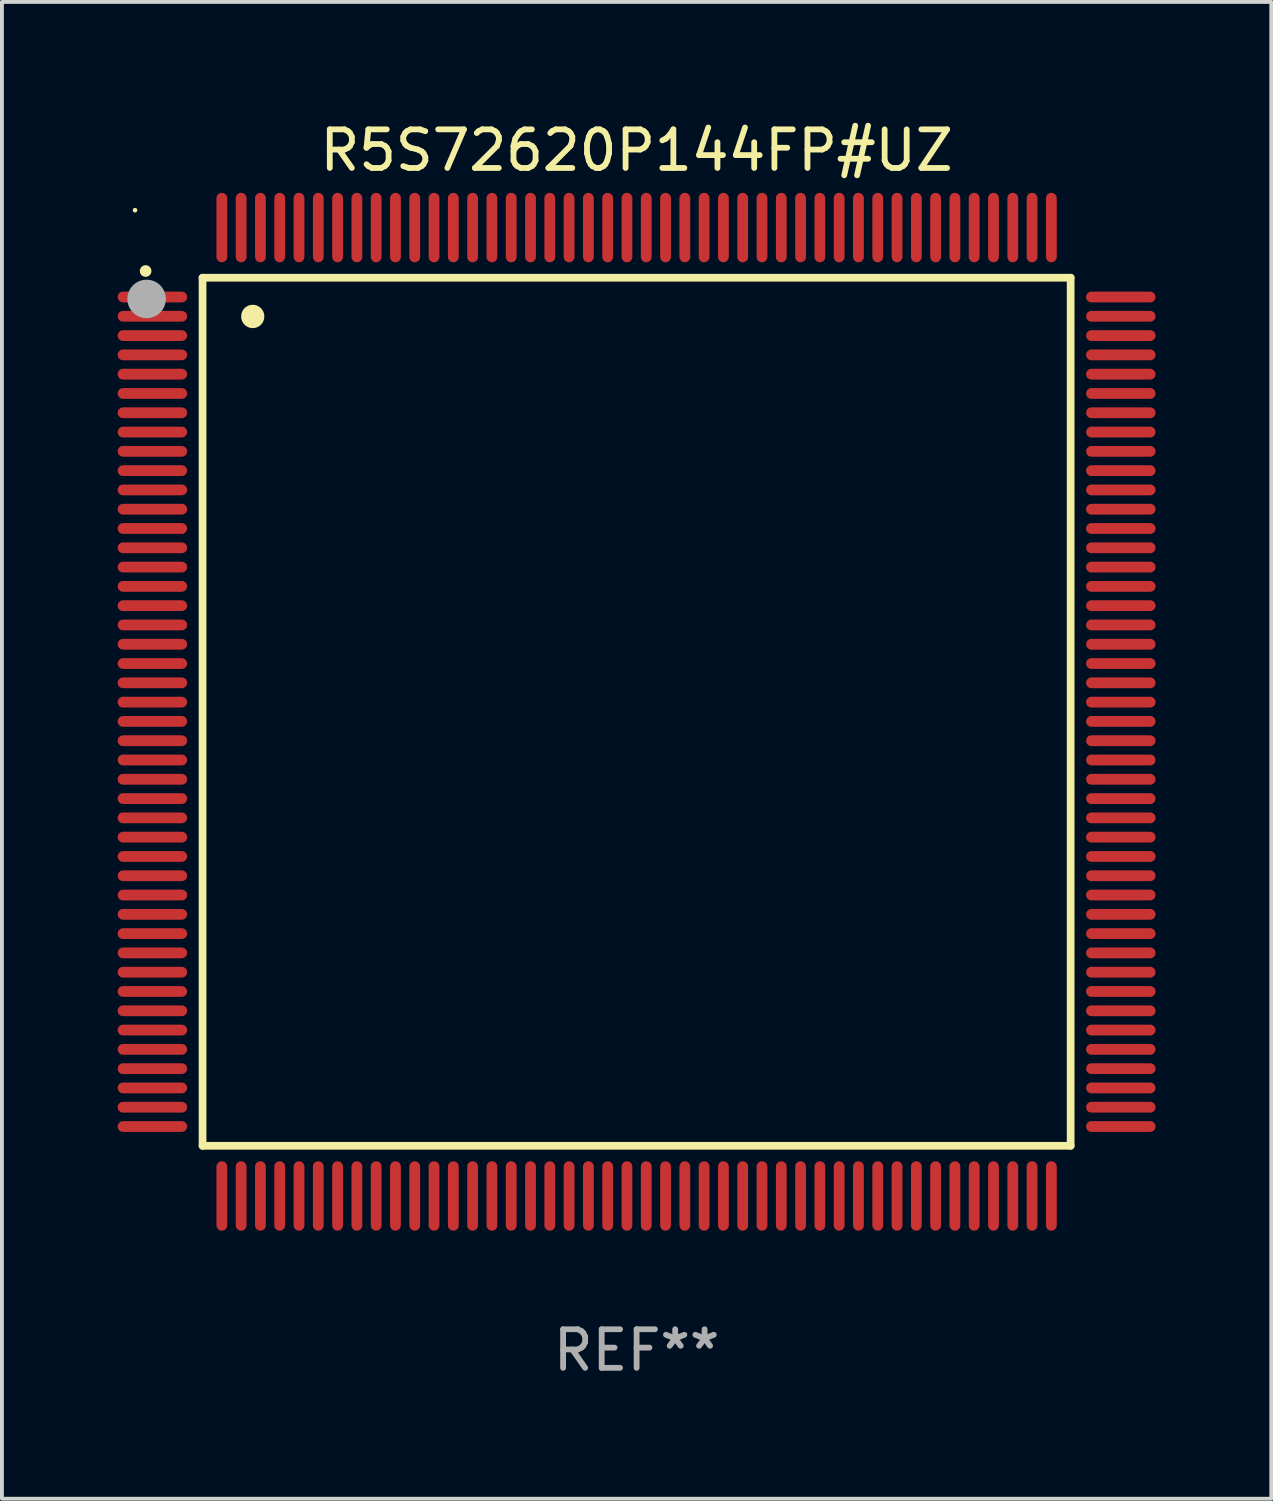
<source format=kicad_pcb>
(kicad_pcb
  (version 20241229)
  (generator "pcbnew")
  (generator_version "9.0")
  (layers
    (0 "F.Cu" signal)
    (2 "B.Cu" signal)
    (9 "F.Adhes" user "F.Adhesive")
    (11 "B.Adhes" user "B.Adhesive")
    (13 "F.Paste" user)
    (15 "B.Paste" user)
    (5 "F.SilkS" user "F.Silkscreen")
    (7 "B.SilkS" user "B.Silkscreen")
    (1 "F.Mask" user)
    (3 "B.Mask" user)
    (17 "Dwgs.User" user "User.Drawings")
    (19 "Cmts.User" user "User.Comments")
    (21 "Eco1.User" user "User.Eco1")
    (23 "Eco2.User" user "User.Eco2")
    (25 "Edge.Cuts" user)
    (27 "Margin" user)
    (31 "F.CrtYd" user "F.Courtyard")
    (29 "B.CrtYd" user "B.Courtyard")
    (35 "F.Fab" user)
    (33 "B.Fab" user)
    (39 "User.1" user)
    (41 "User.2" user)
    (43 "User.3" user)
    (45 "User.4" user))
  (footprint "R5S72620P144FP#UZ"
    (layer "F.Cu")
    (at 13.45 15.398)
    (property "Reference" "R5S72620P144FP#UZ" (at 0 -14.55 0) (layer "F.SilkS") (effects (font (size 1 1) (thickness 0.15))))
    (attr through_hole)
    (fp_line (start -11.25 -11.25) (end 11.25 -11.25) (stroke (width 0.2) (type solid)) (layer "F.SilkS"))
    (fp_line (start -11.25 11.25) (end -11.25 -11.25) (stroke (width 0.2) (type solid)) (layer "F.SilkS"))
    (fp_line (start 11.25 -11.25) (end 11.25 11.25) (stroke (width 0.2) (type solid)) (layer "F.SilkS"))
    (fp_line (start 11.25 11.25) (end -11.25 11.25) (stroke (width 0.2) (type solid)) (layer "F.SilkS"))
    (fp_arc (start -12.725425 -11.422403) (mid -12.72543 -11.423673) (end -12.725425 -11.424943) (stroke (width 0.3) (type solid)) (layer "F.SilkS"))
    (fp_arc (start -9.9492 -10.24384) (mid -9.949211 -10.24638) (end -9.9492 -10.24892) (stroke (width 0.6) (type solid)) (layer "F.SilkS"))
    (fp_circle (center -13 -13) (end -12.97 -13) (stroke (width 0.06) (type solid)) (fill no) (layer "F.SilkS"))
    (fp_circle (center -12.7 -10.7) (end -12.45 -10.7) (stroke (width 0.5) (type solid)) (fill no) (layer "F.Fab"))
    (fp_text user "REF**" (at 0 16.55 0) (layer "F.Fab") (effects (font (size 1 1) (thickness 0.15))))
    (pad "1" smd oval (at -12.55 -10.75 90) (size 0.28 1.8) (layers "F.Cu" "F.Mask" "F.Paste"))
    (pad "2" smd oval (at -12.55 -10.25 90) (size 0.28 1.8) (layers "F.Cu" "F.Mask" "F.Paste"))
    (pad "3" smd oval (at -12.55 -9.75 90) (size 0.28 1.8) (layers "F.Cu" "F.Mask" "F.Paste"))
    (pad "4" smd oval (at -12.55 -9.25 90) (size 0.28 1.8) (layers "F.Cu" "F.Mask" "F.Paste"))
    (pad "5" smd oval (at -12.55 -8.75 90) (size 0.28 1.8) (layers "F.Cu" "F.Mask" "F.Paste"))
    (pad "6" smd oval (at -12.55 -8.25 90) (size 0.28 1.8) (layers "F.Cu" "F.Mask" "F.Paste"))
    (pad "7" smd oval (at -12.55 -7.75 90) (size 0.28 1.8) (layers "F.Cu" "F.Mask" "F.Paste"))
    (pad "8" smd oval (at -12.55 -7.25 90) (size 0.28 1.8) (layers "F.Cu" "F.Mask" "F.Paste"))
    (pad "9" smd oval (at -12.55 -6.75 90) (size 0.28 1.8) (layers "F.Cu" "F.Mask" "F.Paste"))
    (pad "10" smd oval (at -12.55 -6.25 90) (size 0.28 1.8) (layers "F.Cu" "F.Mask" "F.Paste"))
    (pad "11" smd oval (at -12.55 -5.75 90) (size 0.28 1.8) (layers "F.Cu" "F.Mask" "F.Paste"))
    (pad "12" smd oval (at -12.55 -5.25 90) (size 0.28 1.8) (layers "F.Cu" "F.Mask" "F.Paste"))
    (pad "13" smd oval (at -12.55 -4.75 90) (size 0.28 1.8) (layers "F.Cu" "F.Mask" "F.Paste"))
    (pad "14" smd oval (at -12.55 -4.25 90) (size 0.28 1.8) (layers "F.Cu" "F.Mask" "F.Paste"))
    (pad "15" smd oval (at -12.55 -3.75 90) (size 0.28 1.8) (layers "F.Cu" "F.Mask" "F.Paste"))
    (pad "16" smd oval (at -12.55 -3.25 90) (size 0.28 1.8) (layers "F.Cu" "F.Mask" "F.Paste"))
    (pad "17" smd oval (at -12.55 -2.75 90) (size 0.28 1.8) (layers "F.Cu" "F.Mask" "F.Paste"))
    (pad "18" smd oval (at -12.55 -2.25 90) (size 0.28 1.8) (layers "F.Cu" "F.Mask" "F.Paste"))
    (pad "19" smd oval (at -12.55 -1.75 90) (size 0.28 1.8) (layers "F.Cu" "F.Mask" "F.Paste"))
    (pad "20" smd oval (at -12.55 -1.25 90) (size 0.28 1.8) (layers "F.Cu" "F.Mask" "F.Paste"))
    (pad "21" smd oval (at -12.55 -0.75 90) (size 0.28 1.8) (layers "F.Cu" "F.Mask" "F.Paste"))
    (pad "22" smd oval (at -12.55 -0.25 90) (size 0.28 1.8) (layers "F.Cu" "F.Mask" "F.Paste"))
    (pad "23" smd oval (at -12.55 0.25 90) (size 0.28 1.8) (layers "F.Cu" "F.Mask" "F.Paste"))
    (pad "24" smd oval (at -12.55 0.75 90) (size 0.28 1.8) (layers "F.Cu" "F.Mask" "F.Paste"))
    (pad "25" smd oval (at -12.55 1.25 90) (size 0.28 1.8) (layers "F.Cu" "F.Mask" "F.Paste"))
    (pad "26" smd oval (at -12.55 1.75 90) (size 0.28 1.8) (layers "F.Cu" "F.Mask" "F.Paste"))
    (pad "27" smd oval (at -12.55 2.25 90) (size 0.28 1.8) (layers "F.Cu" "F.Mask" "F.Paste"))
    (pad "28" smd oval (at -12.55 2.75 90) (size 0.28 1.8) (layers "F.Cu" "F.Mask" "F.Paste"))
    (pad "29" smd oval (at -12.55 3.25 90) (size 0.28 1.8) (layers "F.Cu" "F.Mask" "F.Paste"))
    (pad "30" smd oval (at -12.55 3.75 90) (size 0.28 1.8) (layers "F.Cu" "F.Mask" "F.Paste"))
    (pad "31" smd oval (at -12.55 4.25 90) (size 0.28 1.8) (layers "F.Cu" "F.Mask" "F.Paste"))
    (pad "32" smd oval (at -12.55 4.75 90) (size 0.28 1.8) (layers "F.Cu" "F.Mask" "F.Paste"))
    (pad "33" smd oval (at -12.55 5.25 90) (size 0.28 1.8) (layers "F.Cu" "F.Mask" "F.Paste"))
    (pad "34" smd oval (at -12.55 5.75 90) (size 0.28 1.8) (layers "F.Cu" "F.Mask" "F.Paste"))
    (pad "35" smd oval (at -12.55 6.25 90) (size 0.28 1.8) (layers "F.Cu" "F.Mask" "F.Paste"))
    (pad "36" smd oval (at -12.55 6.75 90) (size 0.28 1.8) (layers "F.Cu" "F.Mask" "F.Paste"))
    (pad "37" smd oval (at -12.55 7.25 90) (size 0.28 1.8) (layers "F.Cu" "F.Mask" "F.Paste"))
    (pad "38" smd oval (at -12.55 7.75 90) (size 0.28 1.8) (layers "F.Cu" "F.Mask" "F.Paste"))
    (pad "39" smd oval (at -12.55 8.25 90) (size 0.28 1.8) (layers "F.Cu" "F.Mask" "F.Paste"))
    (pad "40" smd oval (at -12.55 8.75 90) (size 0.28 1.8) (layers "F.Cu" "F.Mask" "F.Paste"))
    (pad "41" smd oval (at -12.55 9.25 90) (size 0.28 1.8) (layers "F.Cu" "F.Mask" "F.Paste"))
    (pad "42" smd oval (at -12.55 9.75 90) (size 0.28 1.8) (layers "F.Cu" "F.Mask" "F.Paste"))
    (pad "43" smd oval (at -12.55 10.25 90) (size 0.28 1.8) (layers "F.Cu" "F.Mask" "F.Paste"))
    (pad "44" smd oval (at -12.55 10.75 90) (size 0.28 1.8) (layers "F.Cu" "F.Mask" "F.Paste"))
    (pad "45" smd oval (at -10.75 12.55) (size 0.28 1.8) (layers "F.Cu" "F.Mask" "F.Paste"))
    (pad "46" smd oval (at -10.25 12.55) (size 0.28 1.8) (layers "F.Cu" "F.Mask" "F.Paste"))
    (pad "47" smd oval (at -9.75 12.55) (size 0.28 1.8) (layers "F.Cu" "F.Mask" "F.Paste"))
    (pad "48" smd oval (at -9.25 12.55) (size 0.28 1.8) (layers "F.Cu" "F.Mask" "F.Paste"))
    (pad "49" smd oval (at -8.75 12.55) (size 0.28 1.8) (layers "F.Cu" "F.Mask" "F.Paste"))
    (pad "50" smd oval (at -8.25 12.55) (size 0.28 1.8) (layers "F.Cu" "F.Mask" "F.Paste"))
    (pad "51" smd oval (at -7.75 12.55) (size 0.28 1.8) (layers "F.Cu" "F.Mask" "F.Paste"))
    (pad "52" smd oval (at -7.25 12.55) (size 0.28 1.8) (layers "F.Cu" "F.Mask" "F.Paste"))
    (pad "53" smd oval (at -6.75 12.55) (size 0.28 1.8) (layers "F.Cu" "F.Mask" "F.Paste"))
    (pad "54" smd oval (at -6.25 12.55) (size 0.28 1.8) (layers "F.Cu" "F.Mask" "F.Paste"))
    (pad "55" smd oval (at -5.75 12.55) (size 0.28 1.8) (layers "F.Cu" "F.Mask" "F.Paste"))
    (pad "56" smd oval (at -5.25 12.55) (size 0.28 1.8) (layers "F.Cu" "F.Mask" "F.Paste"))
    (pad "57" smd oval (at -4.75 12.55) (size 0.28 1.8) (layers "F.Cu" "F.Mask" "F.Paste"))
    (pad "58" smd oval (at -4.25 12.55) (size 0.28 1.8) (layers "F.Cu" "F.Mask" "F.Paste"))
    (pad "59" smd oval (at -3.75 12.55) (size 0.28 1.8) (layers "F.Cu" "F.Mask" "F.Paste"))
    (pad "60" smd oval (at -3.25 12.55) (size 0.28 1.8) (layers "F.Cu" "F.Mask" "F.Paste"))
    (pad "61" smd oval (at -2.75 12.55) (size 0.28 1.8) (layers "F.Cu" "F.Mask" "F.Paste"))
    (pad "62" smd oval (at -2.25 12.55) (size 0.28 1.8) (layers "F.Cu" "F.Mask" "F.Paste"))
    (pad "63" smd oval (at -1.75 12.55) (size 0.28 1.8) (layers "F.Cu" "F.Mask" "F.Paste"))
    (pad "64" smd oval (at -1.25 12.55) (size 0.28 1.8) (layers "F.Cu" "F.Mask" "F.Paste"))
    (pad "65" smd oval (at -0.75 12.55) (size 0.28 1.8) (layers "F.Cu" "F.Mask" "F.Paste"))
    (pad "66" smd oval (at -0.25 12.55) (size 0.28 1.8) (layers "F.Cu" "F.Mask" "F.Paste"))
    (pad "67" smd oval (at 0.25 12.55) (size 0.28 1.8) (layers "F.Cu" "F.Mask" "F.Paste"))
    (pad "68" smd oval (at 0.75 12.55) (size 0.28 1.8) (layers "F.Cu" "F.Mask" "F.Paste"))
    (pad "69" smd oval (at 1.25 12.55) (size 0.28 1.8) (layers "F.Cu" "F.Mask" "F.Paste"))
    (pad "70" smd oval (at 1.75 12.55) (size 0.28 1.8) (layers "F.Cu" "F.Mask" "F.Paste"))
    (pad "71" smd oval (at 2.25 12.55) (size 0.28 1.8) (layers "F.Cu" "F.Mask" "F.Paste"))
    (pad "72" smd oval (at 2.75 12.55) (size 0.28 1.8) (layers "F.Cu" "F.Mask" "F.Paste"))
    (pad "73" smd oval (at 3.25 12.55) (size 0.28 1.8) (layers "F.Cu" "F.Mask" "F.Paste"))
    (pad "74" smd oval (at 3.75 12.55) (size 0.28 1.8) (layers "F.Cu" "F.Mask" "F.Paste"))
    (pad "75" smd oval (at 4.25 12.55) (size 0.28 1.8) (layers "F.Cu" "F.Mask" "F.Paste"))
    (pad "76" smd oval (at 4.75 12.55) (size 0.28 1.8) (layers "F.Cu" "F.Mask" "F.Paste"))
    (pad "77" smd oval (at 5.25 12.55) (size 0.28 1.8) (layers "F.Cu" "F.Mask" "F.Paste"))
    (pad "78" smd oval (at 5.75 12.55) (size 0.28 1.8) (layers "F.Cu" "F.Mask" "F.Paste"))
    (pad "79" smd oval (at 6.25 12.55) (size 0.28 1.8) (layers "F.Cu" "F.Mask" "F.Paste"))
    (pad "80" smd oval (at 6.75 12.55) (size 0.28 1.8) (layers "F.Cu" "F.Mask" "F.Paste"))
    (pad "81" smd oval (at 7.25 12.55) (size 0.28 1.8) (layers "F.Cu" "F.Mask" "F.Paste"))
    (pad "82" smd oval (at 7.75 12.55) (size 0.28 1.8) (layers "F.Cu" "F.Mask" "F.Paste"))
    (pad "83" smd oval (at 8.25 12.55) (size 0.28 1.8) (layers "F.Cu" "F.Mask" "F.Paste"))
    (pad "84" smd oval (at 8.75 12.55) (size 0.28 1.8) (layers "F.Cu" "F.Mask" "F.Paste"))
    (pad "85" smd oval (at 9.25 12.55) (size 0.28 1.8) (layers "F.Cu" "F.Mask" "F.Paste"))
    (pad "86" smd oval (at 9.75 12.55) (size 0.28 1.8) (layers "F.Cu" "F.Mask" "F.Paste"))
    (pad "87" smd oval (at 10.25 12.55) (size 0.28 1.8) (layers "F.Cu" "F.Mask" "F.Paste"))
    (pad "88" smd oval (at 10.75 12.55) (size 0.28 1.8) (layers "F.Cu" "F.Mask" "F.Paste"))
    (pad "89" smd oval (at 12.55 10.75 90) (size 0.28 1.8) (layers "F.Cu" "F.Mask" "F.Paste"))
    (pad "90" smd oval (at 12.55 10.25 90) (size 0.28 1.8) (layers "F.Cu" "F.Mask" "F.Paste"))
    (pad "91" smd oval (at 12.55 9.75 90) (size 0.28 1.8) (layers "F.Cu" "F.Mask" "F.Paste"))
    (pad "92" smd oval (at 12.55 9.25 90) (size 0.28 1.8) (layers "F.Cu" "F.Mask" "F.Paste"))
    (pad "93" smd oval (at 12.55 8.75 90) (size 0.28 1.8) (layers "F.Cu" "F.Mask" "F.Paste"))
    (pad "94" smd oval (at 12.55 8.25 90) (size 0.28 1.8) (layers "F.Cu" "F.Mask" "F.Paste"))
    (pad "95" smd oval (at 12.55 7.75 90) (size 0.28 1.8) (layers "F.Cu" "F.Mask" "F.Paste"))
    (pad "96" smd oval (at 12.55 7.25 90) (size 0.28 1.8) (layers "F.Cu" "F.Mask" "F.Paste"))
    (pad "97" smd oval (at 12.55 6.75 90) (size 0.28 1.8) (layers "F.Cu" "F.Mask" "F.Paste"))
    (pad "98" smd oval (at 12.55 6.25 90) (size 0.28 1.8) (layers "F.Cu" "F.Mask" "F.Paste"))
    (pad "99" smd oval (at 12.55 5.75 90) (size 0.28 1.8) (layers "F.Cu" "F.Mask" "F.Paste"))
    (pad "100" smd oval (at 12.55 5.25 90) (size 0.28 1.8) (layers "F.Cu" "F.Mask" "F.Paste"))
    (pad "101" smd oval (at 12.55 4.75 90) (size 0.28 1.8) (layers "F.Cu" "F.Mask" "F.Paste"))
    (pad "102" smd oval (at 12.55 4.25 90) (size 0.28 1.8) (layers "F.Cu" "F.Mask" "F.Paste"))
    (pad "103" smd oval (at 12.55 3.75 90) (size 0.28 1.8) (layers "F.Cu" "F.Mask" "F.Paste"))
    (pad "104" smd oval (at 12.55 3.25 90) (size 0.28 1.8) (layers "F.Cu" "F.Mask" "F.Paste"))
    (pad "105" smd oval (at 12.55 2.75 90) (size 0.28 1.8) (layers "F.Cu" "F.Mask" "F.Paste"))
    (pad "106" smd oval (at 12.55 2.25 90) (size 0.28 1.8) (layers "F.Cu" "F.Mask" "F.Paste"))
    (pad "107" smd oval (at 12.55 1.75 90) (size 0.28 1.8) (layers "F.Cu" "F.Mask" "F.Paste"))
    (pad "108" smd oval (at 12.55 1.25 90) (size 0.28 1.8) (layers "F.Cu" "F.Mask" "F.Paste"))
    (pad "109" smd oval (at 12.55 0.75 90) (size 0.28 1.8) (layers "F.Cu" "F.Mask" "F.Paste"))
    (pad "110" smd oval (at 12.55 0.25 90) (size 0.28 1.8) (layers "F.Cu" "F.Mask" "F.Paste"))
    (pad "111" smd oval (at 12.55 -0.25 90) (size 0.28 1.8) (layers "F.Cu" "F.Mask" "F.Paste"))
    (pad "112" smd oval (at 12.55 -0.75 90) (size 0.28 1.8) (layers "F.Cu" "F.Mask" "F.Paste"))
    (pad "113" smd oval (at 12.55 -1.25 90) (size 0.28 1.8) (layers "F.Cu" "F.Mask" "F.Paste"))
    (pad "114" smd oval (at 12.55 -1.75 90) (size 0.28 1.8) (layers "F.Cu" "F.Mask" "F.Paste"))
    (pad "115" smd oval (at 12.55 -2.25 90) (size 0.28 1.8) (layers "F.Cu" "F.Mask" "F.Paste"))
    (pad "116" smd oval (at 12.55 -2.75 90) (size 0.28 1.8) (layers "F.Cu" "F.Mask" "F.Paste"))
    (pad "117" smd oval (at 12.55 -3.25 90) (size 0.28 1.8) (layers "F.Cu" "F.Mask" "F.Paste"))
    (pad "118" smd oval (at 12.55 -3.75 90) (size 0.28 1.8) (layers "F.Cu" "F.Mask" "F.Paste"))
    (pad "119" smd oval (at 12.55 -4.25 90) (size 0.28 1.8) (layers "F.Cu" "F.Mask" "F.Paste"))
    (pad "120" smd oval (at 12.55 -4.75 90) (size 0.28 1.8) (layers "F.Cu" "F.Mask" "F.Paste"))
    (pad "121" smd oval (at 12.55 -5.25 90) (size 0.28 1.8) (layers "F.Cu" "F.Mask" "F.Paste"))
    (pad "122" smd oval (at 12.55 -5.75 90) (size 0.28 1.8) (layers "F.Cu" "F.Mask" "F.Paste"))
    (pad "123" smd oval (at 12.55 -6.25 90) (size 0.28 1.8) (layers "F.Cu" "F.Mask" "F.Paste"))
    (pad "124" smd oval (at 12.55 -6.75 90) (size 0.28 1.8) (layers "F.Cu" "F.Mask" "F.Paste"))
    (pad "125" smd oval (at 12.55 -7.25 90) (size 0.28 1.8) (layers "F.Cu" "F.Mask" "F.Paste"))
    (pad "126" smd oval (at 12.55 -7.75 90) (size 0.28 1.8) (layers "F.Cu" "F.Mask" "F.Paste"))
    (pad "127" smd oval (at 12.55 -8.25 90) (size 0.28 1.8) (layers "F.Cu" "F.Mask" "F.Paste"))
    (pad "128" smd oval (at 12.55 -8.75 90) (size 0.28 1.8) (layers "F.Cu" "F.Mask" "F.Paste"))
    (pad "129" smd oval (at 12.55 -9.25 90) (size 0.28 1.8) (layers "F.Cu" "F.Mask" "F.Paste"))
    (pad "130" smd oval (at 12.55 -9.75 90) (size 0.28 1.8) (layers "F.Cu" "F.Mask" "F.Paste"))
    (pad "131" smd oval (at 12.55 -10.25 90) (size 0.28 1.8) (layers "F.Cu" "F.Mask" "F.Paste"))
    (pad "132" smd oval (at 12.55 -10.75 90) (size 0.28 1.8) (layers "F.Cu" "F.Mask" "F.Paste"))
    (pad "133" smd oval (at 10.75 -12.55) (size 0.28 1.8) (layers "F.Cu" "F.Mask" "F.Paste"))
    (pad "134" smd oval (at 10.25 -12.55) (size 0.28 1.8) (layers "F.Cu" "F.Mask" "F.Paste"))
    (pad "135" smd oval (at 9.75 -12.55) (size 0.28 1.8) (layers "F.Cu" "F.Mask" "F.Paste"))
    (pad "136" smd oval (at 9.25 -12.55) (size 0.28 1.8) (layers "F.Cu" "F.Mask" "F.Paste"))
    (pad "137" smd oval (at 8.75 -12.55) (size 0.28 1.8) (layers "F.Cu" "F.Mask" "F.Paste"))
    (pad "138" smd oval (at 8.25 -12.55) (size 0.28 1.8) (layers "F.Cu" "F.Mask" "F.Paste"))
    (pad "139" smd oval (at 7.75 -12.55) (size 0.28 1.8) (layers "F.Cu" "F.Mask" "F.Paste"))
    (pad "140" smd oval (at 7.25 -12.55) (size 0.28 1.8) (layers "F.Cu" "F.Mask" "F.Paste"))
    (pad "141" smd oval (at 6.75 -12.55) (size 0.28 1.8) (layers "F.Cu" "F.Mask" "F.Paste"))
    (pad "142" smd oval (at 6.25 -12.55) (size 0.28 1.8) (layers "F.Cu" "F.Mask" "F.Paste"))
    (pad "143" smd oval (at 5.75 -12.55) (size 0.28 1.8) (layers "F.Cu" "F.Mask" "F.Paste"))
    (pad "144" smd oval (at 5.25 -12.55) (size 0.28 1.8) (layers "F.Cu" "F.Mask" "F.Paste"))
    (pad "145" smd oval (at 4.75 -12.55) (size 0.28 1.8) (layers "F.Cu" "F.Mask" "F.Paste"))
    (pad "146" smd oval (at 4.25 -12.55) (size 0.28 1.8) (layers "F.Cu" "F.Mask" "F.Paste"))
    (pad "147" smd oval (at 3.75 -12.55) (size 0.28 1.8) (layers "F.Cu" "F.Mask" "F.Paste"))
    (pad "148" smd oval (at 3.25 -12.55) (size 0.28 1.8) (layers "F.Cu" "F.Mask" "F.Paste"))
    (pad "149" smd oval (at 2.75 -12.55) (size 0.28 1.8) (layers "F.Cu" "F.Mask" "F.Paste"))
    (pad "150" smd oval (at 2.25 -12.55) (size 0.28 1.8) (layers "F.Cu" "F.Mask" "F.Paste"))
    (pad "151" smd oval (at 1.75 -12.55) (size 0.28 1.8) (layers "F.Cu" "F.Mask" "F.Paste"))
    (pad "152" smd oval (at 1.25 -12.55) (size 0.28 1.8) (layers "F.Cu" "F.Mask" "F.Paste"))
    (pad "153" smd oval (at 0.75 -12.55) (size 0.28 1.8) (layers "F.Cu" "F.Mask" "F.Paste"))
    (pad "154" smd oval (at 0.25 -12.55) (size 0.28 1.8) (layers "F.Cu" "F.Mask" "F.Paste"))
    (pad "155" smd oval (at -0.25 -12.55) (size 0.28 1.8) (layers "F.Cu" "F.Mask" "F.Paste"))
    (pad "156" smd oval (at -0.75 -12.55) (size 0.28 1.8) (layers "F.Cu" "F.Mask" "F.Paste"))
    (pad "157" smd oval (at -1.25 -12.55) (size 0.28 1.8) (layers "F.Cu" "F.Mask" "F.Paste"))
    (pad "158" smd oval (at -1.75 -12.55) (size 0.28 1.8) (layers "F.Cu" "F.Mask" "F.Paste"))
    (pad "159" smd oval (at -2.25 -12.55) (size 0.28 1.8) (layers "F.Cu" "F.Mask" "F.Paste"))
    (pad "160" smd oval (at -2.75 -12.55) (size 0.28 1.8) (layers "F.Cu" "F.Mask" "F.Paste"))
    (pad "161" smd oval (at -3.25 -12.55) (size 0.28 1.8) (layers "F.Cu" "F.Mask" "F.Paste"))
    (pad "162" smd oval (at -3.75 -12.55) (size 0.28 1.8) (layers "F.Cu" "F.Mask" "F.Paste"))
    (pad "163" smd oval (at -4.25 -12.55) (size 0.28 1.8) (layers "F.Cu" "F.Mask" "F.Paste"))
    (pad "164" smd oval (at -4.75 -12.55) (size 0.28 1.8) (layers "F.Cu" "F.Mask" "F.Paste"))
    (pad "165" smd oval (at -5.25 -12.55) (size 0.28 1.8) (layers "F.Cu" "F.Mask" "F.Paste"))
    (pad "166" smd oval (at -5.75 -12.55) (size 0.28 1.8) (layers "F.Cu" "F.Mask" "F.Paste"))
    (pad "167" smd oval (at -6.25 -12.55) (size 0.28 1.8) (layers "F.Cu" "F.Mask" "F.Paste"))
    (pad "168" smd oval (at -6.75 -12.55) (size 0.28 1.8) (layers "F.Cu" "F.Mask" "F.Paste"))
    (pad "169" smd oval (at -7.25 -12.55) (size 0.28 1.8) (layers "F.Cu" "F.Mask" "F.Paste"))
    (pad "170" smd oval (at -7.75 -12.55) (size 0.28 1.8) (layers "F.Cu" "F.Mask" "F.Paste"))
    (pad "171" smd oval (at -8.25 -12.55) (size 0.28 1.8) (layers "F.Cu" "F.Mask" "F.Paste"))
    (pad "172" smd oval (at -8.75 -12.55) (size 0.28 1.8) (layers "F.Cu" "F.Mask" "F.Paste"))
    (pad "173" smd oval (at -9.25 -12.55) (size 0.28 1.8) (layers "F.Cu" "F.Mask" "F.Paste"))
    (pad "174" smd oval (at -9.75 -12.55) (size 0.28 1.8) (layers "F.Cu" "F.Mask" "F.Paste"))
    (pad "175" smd oval (at -10.25 -12.55) (size 0.28 1.8) (layers "F.Cu" "F.Mask" "F.Paste"))
    (pad "176" smd oval (at -10.75 -12.55) (size 0.28 1.8) (layers "F.Cu" "F.Mask" "F.Paste")))
  (gr_rect
    (start -3 -3)
    (end 29.9 35.796)
    (stroke (width 0.1) (type default))
    (fill no)
    (layer "Edge.Cuts")))
</source>
